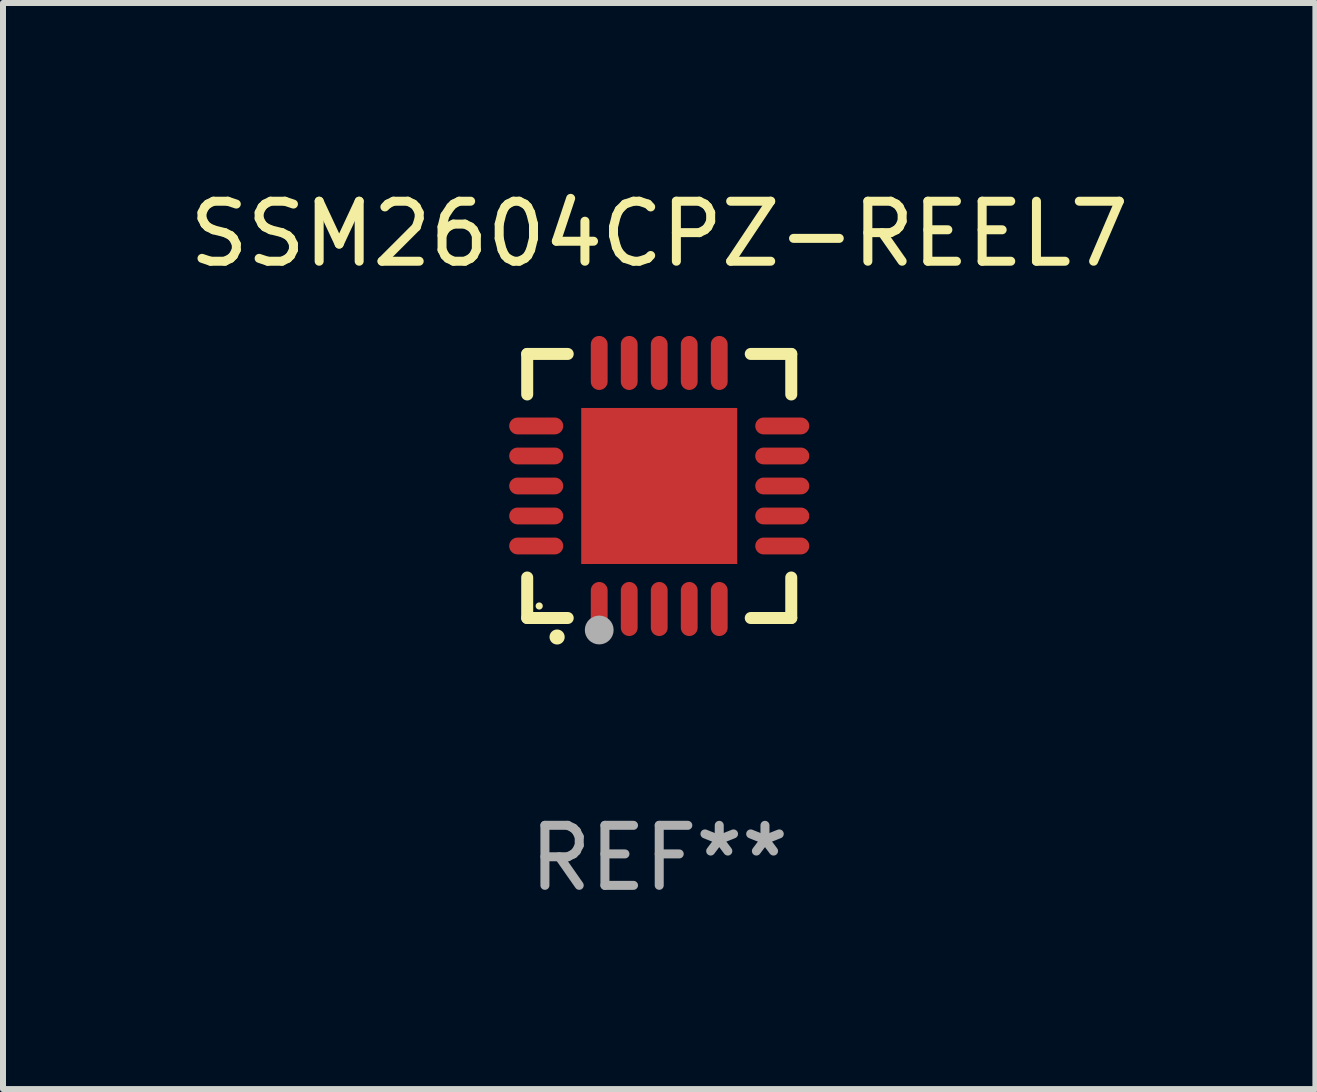
<source format=kicad_pcb>
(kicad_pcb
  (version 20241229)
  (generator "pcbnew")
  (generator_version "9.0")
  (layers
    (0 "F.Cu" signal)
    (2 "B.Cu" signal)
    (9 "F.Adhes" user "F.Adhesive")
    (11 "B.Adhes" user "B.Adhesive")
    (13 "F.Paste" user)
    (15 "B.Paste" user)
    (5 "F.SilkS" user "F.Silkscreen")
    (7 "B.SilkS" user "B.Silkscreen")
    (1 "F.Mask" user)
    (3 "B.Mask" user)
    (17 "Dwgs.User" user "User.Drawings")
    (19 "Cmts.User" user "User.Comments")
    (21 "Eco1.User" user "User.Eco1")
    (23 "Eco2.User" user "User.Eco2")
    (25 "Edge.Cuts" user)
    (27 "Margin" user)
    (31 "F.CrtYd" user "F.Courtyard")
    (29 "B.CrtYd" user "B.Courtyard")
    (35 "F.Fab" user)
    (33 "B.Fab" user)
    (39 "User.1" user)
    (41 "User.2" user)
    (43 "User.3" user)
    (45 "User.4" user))
  (footprint "SSM2604CPZ-REEL7"
    (layer "F.Cu")
    (at 7.935 5.048)
    (property "Reference" "SSM2604CPZ-REEL7" (at 0 -4.2 0) (layer "F.SilkS") (effects (font (size 1 1) (thickness 0.15))))
    (attr through_hole)
    (fp_line (start -2.2 -2.2) (end -1.525 -2.2) (stroke (width 0.2) (type solid)) (layer "F.SilkS"))
    (fp_line (start -2.2 -1.525) (end -2.2 -2.2) (stroke (width 0.2) (type solid)) (layer "F.SilkS"))
    (fp_line (start -2.2 2.2) (end -2.2 1.525) (stroke (width 0.2) (type solid)) (layer "F.SilkS"))
    (fp_line (start -1.525 2.2) (end -2.2 2.2) (stroke (width 0.2) (type solid)) (layer "F.SilkS"))
    (fp_line (start 1.525 2.2) (end 2.2 2.2) (stroke (width 0.2) (type solid)) (layer "F.SilkS"))
    (fp_line (start 2.2 -2.2) (end 1.525 -2.2) (stroke (width 0.2) (type solid)) (layer "F.SilkS"))
    (fp_line (start 2.2 -1.525) (end 2.2 -2.2) (stroke (width 0.2) (type solid)) (layer "F.SilkS"))
    (fp_line (start 2.2 2.2) (end 2.2 1.525) (stroke (width 0.2) (type solid)) (layer "F.SilkS"))
    (fp_arc (start -1.703073 2.516612) (mid -1.701803 2.516606) (end -1.700533 2.516612) (stroke (width 0.25) (type solid)) (layer "F.SilkS"))
    (fp_circle (center -2 2) (end -1.97 2) (stroke (width 0.06) (type solid)) (fill no) (layer "F.SilkS"))
    (fp_circle (center -1 2.4) (end -0.88 2.4) (stroke (width 0.24) (type solid)) (fill no) (layer "F.Fab"))
    (fp_text user "REF**" (at 0 6.2 0) (layer "F.Fab") (effects (font (size 1 1) (thickness 0.15))))
    (pad "1" smd oval (at -1 2.05) (size 0.28 0.9) (layers "F.Cu" "F.Mask" "F.Paste"))
    (pad "2" smd oval (at -0.5 2.05) (size 0.28 0.9) (layers "F.Cu" "F.Mask" "F.Paste"))
    (pad "3" smd oval (at 0.000076 2.05) (size 0.28 0.9) (layers "F.Cu" "F.Mask" "F.Paste"))
    (pad "4" smd oval (at 0.5 2.05) (size 0.28 0.9) (layers "F.Cu" "F.Mask" "F.Paste"))
    (pad "5" smd oval (at 1 2.05) (size 0.28 0.9) (layers "F.Cu" "F.Mask" "F.Paste"))
    (pad "6" smd oval (at 2.05 1) (size 0.9 0.28) (layers "F.Cu" "F.Mask" "F.Paste"))
    (pad "7" smd oval (at 2.05 0.5) (size 0.9 0.28) (layers "F.Cu" "F.Mask" "F.Paste"))
    (pad "8" smd oval (at 2.05 0.000076) (size 0.9 0.28) (layers "F.Cu" "F.Mask" "F.Paste"))
    (pad "9" smd oval (at 2.05 -0.5) (size 0.9 0.28) (layers "F.Cu" "F.Mask" "F.Paste"))
    (pad "10" smd oval (at 2.05 -1) (size 0.9 0.28) (layers "F.Cu" "F.Mask" "F.Paste"))
    (pad "11" smd oval (at 1 -2.05) (size 0.28 0.9) (layers "F.Cu" "F.Mask" "F.Paste"))
    (pad "12" smd oval (at 0.5 -2.05) (size 0.28 0.9) (layers "F.Cu" "F.Mask" "F.Paste"))
    (pad "13" smd oval (at 0.000076 -2.05) (size 0.28 0.9) (layers "F.Cu" "F.Mask" "F.Paste"))
    (pad "14" smd oval (at -0.5 -2.05) (size 0.28 0.9) (layers "F.Cu" "F.Mask" "F.Paste"))
    (pad "15" smd oval (at -1 -2.05) (size 0.28 0.9) (layers "F.Cu" "F.Mask" "F.Paste"))
    (pad "16" smd oval (at -2.05 -1) (size 0.9 0.28) (layers "F.Cu" "F.Mask" "F.Paste"))
    (pad "17" smd oval (at -2.05 -0.5) (size 0.9 0.28) (layers "F.Cu" "F.Mask" "F.Paste"))
    (pad "18" smd oval (at -2.05 0.000076) (size 0.9 0.28) (layers "F.Cu" "F.Mask" "F.Paste"))
    (pad "19" smd oval (at -2.05 0.5) (size 0.9 0.28) (layers "F.Cu" "F.Mask" "F.Paste"))
    (pad "20" smd oval (at -2.05 1) (size 0.9 0.28) (layers "F.Cu" "F.Mask" "F.Paste"))
    (pad "21" smd rect (at 0.000076 0.000076) (size 2.6 2.6) (layers "F.Cu" "F.Mask" "F.Paste")))
  (gr_rect
    (start -3 -3)
    (end 18.869 15.097)
    (stroke (width 0.1) (type default))
    (fill no)
    (layer "Edge.Cuts")))
</source>
